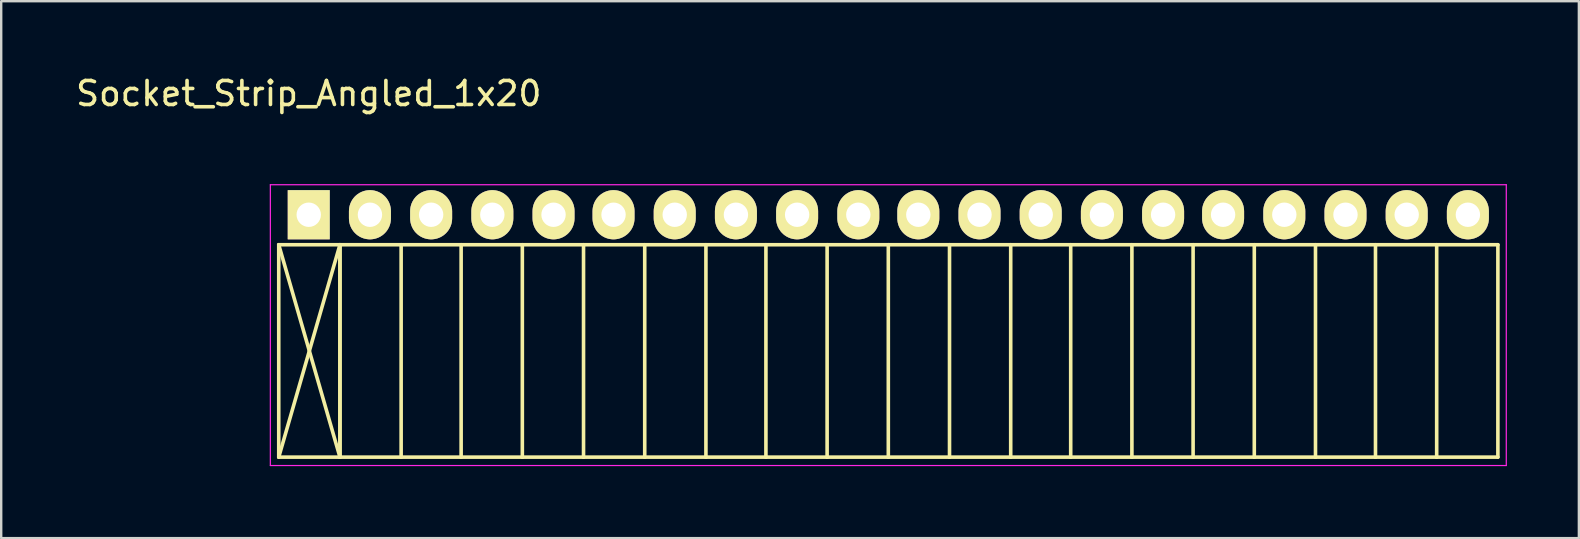
<source format=kicad_pcb>
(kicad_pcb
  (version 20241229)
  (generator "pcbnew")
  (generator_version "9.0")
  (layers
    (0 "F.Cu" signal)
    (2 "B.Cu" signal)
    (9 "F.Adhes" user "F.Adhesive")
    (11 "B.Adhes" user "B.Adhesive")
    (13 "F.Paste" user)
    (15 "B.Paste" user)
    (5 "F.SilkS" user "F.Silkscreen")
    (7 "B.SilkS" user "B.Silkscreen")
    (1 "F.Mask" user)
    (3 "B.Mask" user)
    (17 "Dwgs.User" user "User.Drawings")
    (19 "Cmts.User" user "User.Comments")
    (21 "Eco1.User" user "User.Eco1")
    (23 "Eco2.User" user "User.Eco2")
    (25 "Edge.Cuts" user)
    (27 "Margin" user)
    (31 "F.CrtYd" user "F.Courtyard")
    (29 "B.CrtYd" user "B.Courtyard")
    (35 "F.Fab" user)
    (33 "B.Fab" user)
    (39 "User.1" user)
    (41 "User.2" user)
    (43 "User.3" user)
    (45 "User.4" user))
  (footprint "Socket_Strip_Angled_1x20"
    (layer "F.Cu")
    (at 9.815 5.898)
    (property "Reference" "Socket_Strip_Angled_1x20" (at 0 -5.05 0) (layer "F.SilkS") (effects (font (size 1 1) (thickness 0.15))))
    (attr through_hole)
    (fp_line (start -1.25 1.25) (end -1.25 10.1) (stroke (width 0.15) (type solid)) (layer "F.SilkS"))
    (fp_line (start -1.25 1.25) (end 1.3 1.25) (stroke (width 0.15) (type solid)) (layer "F.SilkS"))
    (fp_line (start -1.25 1.25) (end 1.3 10.1) (stroke (width 0.15) (type solid)) (layer "F.SilkS"))
    (fp_line (start -1.25 10.1) (end 1.3 1.25) (stroke (width 0.15) (type solid)) (layer "F.SilkS"))
    (fp_line (start -1.25 10.1) (end 1.3 10.1) (stroke (width 0.15) (type solid)) (layer "F.SilkS"))
    (fp_line (start 1.3 1.25) (end 1.3 10.1) (stroke (width 0.15) (type solid)) (layer "F.SilkS"))
    (fp_line (start 1.3 1.25) (end 3.85 1.25) (stroke (width 0.15) (type solid)) (layer "F.SilkS"))
    (fp_line (start 1.3 10.1) (end 1.3 1.25) (stroke (width 0.15) (type solid)) (layer "F.SilkS"))
    (fp_line (start 1.3 10.1) (end 3.85 10.1) (stroke (width 0.15) (type solid)) (layer "F.SilkS"))
    (fp_line (start 3.85 1.25) (end 6.35 1.25) (stroke (width 0.15) (type solid)) (layer "F.SilkS"))
    (fp_line (start 3.85 10.1) (end 3.85 1.25) (stroke (width 0.15) (type solid)) (layer "F.SilkS"))
    (fp_line (start 3.85 10.1) (end 6.35 10.1) (stroke (width 0.15) (type solid)) (layer "F.SilkS"))
    (fp_line (start 6.35 1.25) (end 8.9 1.25) (stroke (width 0.15) (type solid)) (layer "F.SilkS"))
    (fp_line (start 6.35 10.1) (end 6.35 1.25) (stroke (width 0.15) (type solid)) (layer "F.SilkS"))
    (fp_line (start 6.35 10.1) (end 8.9 10.1) (stroke (width 0.15) (type solid)) (layer "F.SilkS"))
    (fp_line (start 8.9 1.25) (end 11.45 1.25) (stroke (width 0.15) (type solid)) (layer "F.SilkS"))
    (fp_line (start 8.9 10.1) (end 8.9 1.25) (stroke (width 0.15) (type solid)) (layer "F.SilkS"))
    (fp_line (start 8.9 10.1) (end 11.45 10.1) (stroke (width 0.15) (type solid)) (layer "F.SilkS"))
    (fp_line (start 11.45 1.25) (end 14 1.25) (stroke (width 0.15) (type solid)) (layer "F.SilkS"))
    (fp_line (start 11.45 10.1) (end 11.45 1.25) (stroke (width 0.15) (type solid)) (layer "F.SilkS"))
    (fp_line (start 11.45 10.1) (end 14 10.1) (stroke (width 0.15) (type solid)) (layer "F.SilkS"))
    (fp_line (start 14 1.25) (end 16.55 1.25) (stroke (width 0.15) (type solid)) (layer "F.SilkS"))
    (fp_line (start 14 10.1) (end 14 1.25) (stroke (width 0.15) (type solid)) (layer "F.SilkS"))
    (fp_line (start 14 10.1) (end 16.55 10.1) (stroke (width 0.15) (type solid)) (layer "F.SilkS"))
    (fp_line (start 16.55 1.25) (end 19.05 1.25) (stroke (width 0.15) (type solid)) (layer "F.SilkS"))
    (fp_line (start 16.55 10.1) (end 16.55 1.25) (stroke (width 0.15) (type solid)) (layer "F.SilkS"))
    (fp_line (start 16.55 10.1) (end 19.05 10.1) (stroke (width 0.15) (type solid)) (layer "F.SilkS"))
    (fp_line (start 19.05 1.25) (end 21.6 1.25) (stroke (width 0.15) (type solid)) (layer "F.SilkS"))
    (fp_line (start 19.05 10.1) (end 19.05 1.25) (stroke (width 0.15) (type solid)) (layer "F.SilkS"))
    (fp_line (start 19.05 10.1) (end 21.6 10.1) (stroke (width 0.15) (type solid)) (layer "F.SilkS"))
    (fp_line (start 21.6 1.25) (end 24.15 1.25) (stroke (width 0.15) (type solid)) (layer "F.SilkS"))
    (fp_line (start 21.6 10.1) (end 21.6 1.25) (stroke (width 0.15) (type solid)) (layer "F.SilkS"))
    (fp_line (start 21.6 10.1) (end 24.15 10.1) (stroke (width 0.15) (type solid)) (layer "F.SilkS"))
    (fp_line (start 24.15 1.25) (end 26.7 1.25) (stroke (width 0.15) (type solid)) (layer "F.SilkS"))
    (fp_line (start 24.15 10.1) (end 24.15 1.25) (stroke (width 0.15) (type solid)) (layer "F.SilkS"))
    (fp_line (start 24.15 10.1) (end 26.7 10.1) (stroke (width 0.15) (type solid)) (layer "F.SilkS"))
    (fp_line (start 26.7 1.25) (end 29.25 1.25) (stroke (width 0.15) (type solid)) (layer "F.SilkS"))
    (fp_line (start 26.7 10.1) (end 26.7 1.25) (stroke (width 0.15) (type solid)) (layer "F.SilkS"))
    (fp_line (start 26.7 10.1) (end 29.25 10.1) (stroke (width 0.15) (type solid)) (layer "F.SilkS"))
    (fp_line (start 29.25 1.25) (end 31.75 1.25) (stroke (width 0.15) (type solid)) (layer "F.SilkS"))
    (fp_line (start 29.25 10.1) (end 29.25 1.25) (stroke (width 0.15) (type solid)) (layer "F.SilkS"))
    (fp_line (start 29.25 10.1) (end 31.75 10.1) (stroke (width 0.15) (type solid)) (layer "F.SilkS"))
    (fp_line (start 31.75 1.25) (end 34.3 1.25) (stroke (width 0.15) (type solid)) (layer "F.SilkS"))
    (fp_line (start 31.75 10.1) (end 31.75 1.25) (stroke (width 0.15) (type solid)) (layer "F.SilkS"))
    (fp_line (start 31.75 10.1) (end 34.3 10.1) (stroke (width 0.15) (type solid)) (layer "F.SilkS"))
    (fp_line (start 34.3 1.25) (end 36.85 1.25) (stroke (width 0.15) (type solid)) (layer "F.SilkS"))
    (fp_line (start 34.3 10.1) (end 34.3 1.25) (stroke (width 0.15) (type solid)) (layer "F.SilkS"))
    (fp_line (start 34.3 10.1) (end 36.85 10.1) (stroke (width 0.15) (type solid)) (layer "F.SilkS"))
    (fp_line (start 36.85 1.25) (end 39.4 1.25) (stroke (width 0.15) (type solid)) (layer "F.SilkS"))
    (fp_line (start 36.85 10.1) (end 36.85 1.25) (stroke (width 0.15) (type solid)) (layer "F.SilkS"))
    (fp_line (start 36.85 10.1) (end 39.4 10.1) (stroke (width 0.15) (type solid)) (layer "F.SilkS"))
    (fp_line (start 39.4 1.25) (end 41.95 1.25) (stroke (width 0.15) (type solid)) (layer "F.SilkS"))
    (fp_line (start 39.4 10.1) (end 39.4 1.25) (stroke (width 0.15) (type solid)) (layer "F.SilkS"))
    (fp_line (start 39.4 10.1) (end 41.95 10.1) (stroke (width 0.15) (type solid)) (layer "F.SilkS"))
    (fp_line (start 41.95 1.25) (end 44.45 1.25) (stroke (width 0.15) (type solid)) (layer "F.SilkS"))
    (fp_line (start 41.95 10.1) (end 41.95 1.25) (stroke (width 0.15) (type solid)) (layer "F.SilkS"))
    (fp_line (start 41.95 10.1) (end 44.45 10.1) (stroke (width 0.15) (type solid)) (layer "F.SilkS"))
    (fp_line (start 44.45 1.25) (end 47 1.25) (stroke (width 0.15) (type solid)) (layer "F.SilkS"))
    (fp_line (start 44.45 10.1) (end 44.45 1.25) (stroke (width 0.15) (type solid)) (layer "F.SilkS"))
    (fp_line (start 44.45 10.1) (end 47 10.1) (stroke (width 0.15) (type solid)) (layer "F.SilkS"))
    (fp_line (start 47 1.25) (end 49.55 1.25) (stroke (width 0.15) (type solid)) (layer "F.SilkS"))
    (fp_line (start 47 10.1) (end 47 1.25) (stroke (width 0.15) (type solid)) (layer "F.SilkS"))
    (fp_line (start 47 10.1) (end 49.55 10.1) (stroke (width 0.15) (type solid)) (layer "F.SilkS"))
    (fp_line (start 49.55 10.1) (end 49.55 1.25) (stroke (width 0.15) (type solid)) (layer "F.SilkS"))
    (fp_line (start -1.6 -1.25) (end -1.6 10.45) (stroke (width 0.05) (type solid)) (layer "F.CrtYd"))
    (fp_line (start -1.6 -1.25) (end 49.9 -1.25) (stroke (width 0.05) (type solid)) (layer "F.CrtYd"))
    (fp_line (start -1.6 10.45) (end 49.9 10.45) (stroke (width 0.05) (type solid)) (layer "F.CrtYd"))
    (fp_line (start 49.9 -1.25) (end 49.9 10.45) (stroke (width 0.05) (type solid)) (layer "F.CrtYd"))
    (pad "1" thru_hole rect (at 0 0) (size 1.75 2.05) (drill 1.016) (layers "*.Cu" "*.Mask" "F.SilkS"))
    (pad "2" thru_hole oval (at 2.55 0) (size 1.75 2.05) (drill 1.016) (layers "*.Cu" "*.Mask" "F.SilkS"))
    (pad "3" thru_hole oval (at 5.1 0) (size 1.75 2.05) (drill 1.016) (layers "*.Cu" "*.Mask" "F.SilkS"))
    (pad "4" thru_hole oval (at 7.65 0) (size 1.75 2.05) (drill 1.016) (layers "*.Cu" "*.Mask" "F.SilkS"))
    (pad "5" thru_hole oval (at 10.2 0) (size 1.75 2.05) (drill 1.016) (layers "*.Cu" "*.Mask" "F.SilkS"))
    (pad "6" thru_hole oval (at 12.7 0) (size 1.75 2.05) (drill 1.016) (layers "*.Cu" "*.Mask" "F.SilkS"))
    (pad "7" thru_hole oval (at 15.25 0) (size 1.75 2.05) (drill 1.016) (layers "*.Cu" "*.Mask" "F.SilkS"))
    (pad "8" thru_hole oval (at 17.8 0) (size 1.75 2.05) (drill 1.016) (layers "*.Cu" "*.Mask" "F.SilkS"))
    (pad "9" thru_hole oval (at 20.35 0) (size 1.75 2.05) (drill 1.016) (layers "*.Cu" "*.Mask" "F.SilkS"))
    (pad "10" thru_hole oval (at 22.9 0) (size 1.75 2.05) (drill 1.016) (layers "*.Cu" "*.Mask" "F.SilkS"))
    (pad "11" thru_hole oval (at 25.4 0) (size 1.75 2.05) (drill 1.016) (layers "*.Cu" "*.Mask" "F.SilkS"))
    (pad "12" thru_hole oval (at 27.95 0) (size 1.75 2.05) (drill 1.016) (layers "*.Cu" "*.Mask" "F.SilkS"))
    (pad "13" thru_hole oval (at 30.5 0) (size 1.75 2.05) (drill 1.016) (layers "*.Cu" "*.Mask" "F.SilkS"))
    (pad "14" thru_hole oval (at 33.05 0) (size 1.75 2.05) (drill 1.016) (layers "*.Cu" "*.Mask" "F.SilkS"))
    (pad "15" thru_hole oval (at 35.6 0) (size 1.75 2.05) (drill 1.016) (layers "*.Cu" "*.Mask" "F.SilkS"))
    (pad "16" thru_hole oval (at 38.1 0) (size 1.75 2.05) (drill 1.016) (layers "*.Cu" "*.Mask" "F.SilkS"))
    (pad "17" thru_hole oval (at 40.65 0) (size 1.75 2.05) (drill 1.016) (layers "*.Cu" "*.Mask" "F.SilkS"))
    (pad "18" thru_hole oval (at 43.2 0) (size 1.75 2.05) (drill 1.016) (layers "*.Cu" "*.Mask" "F.SilkS"))
    (pad "19" thru_hole oval (at 45.75 0) (size 1.75 2.05) (drill 1.016) (layers "*.Cu" "*.Mask" "F.SilkS"))
    (pad "20" thru_hole oval (at 48.3 0) (size 1.75 2.05) (drill 1.016) (layers "*.Cu" "*.Mask" "F.SilkS")))
  (gr_rect
    (start -3 -3)
    (end 62.74 19.373)
    (stroke (width 0.1) (type default))
    (fill no)
    (layer "Edge.Cuts")))
</source>
